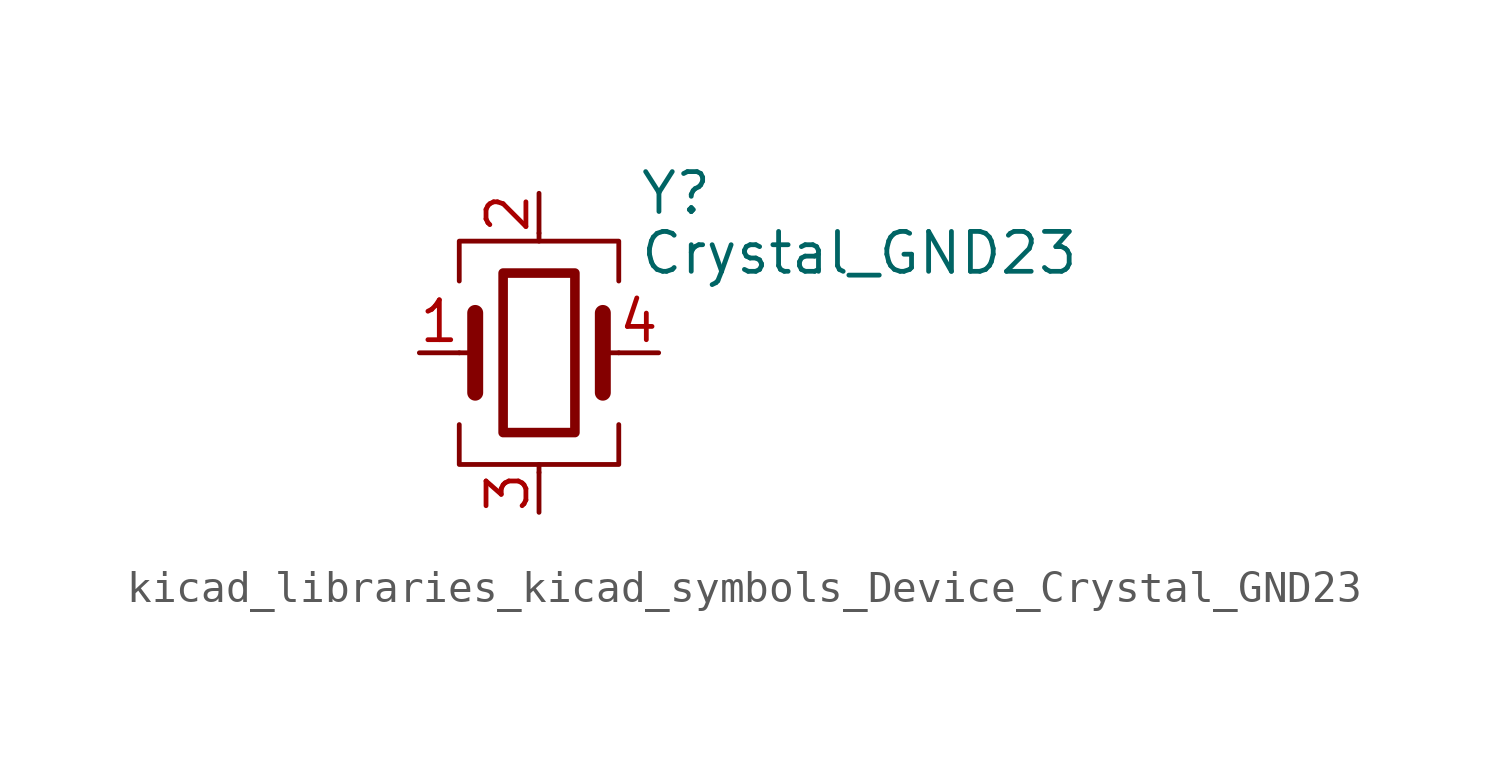
<source format=kicad_sym>
(kicad_symbol_lib
  (version 20220914)
  (generator kicad_symbol_editor)
  (symbol "kicad_libraries_kicad_symbols_Device_Crystal_GND23"
    (pin_names
      (offset 1.016) hide)
    (property "Reference" "Y"
      (at 3.175 5.08 0)
      (effects (font (size 1.27 1.27)) (justify left)))
    (property "Value" "Crystal_GND23"
      (at 3.175 3.175 0)
      (effects (font (size 1.27 1.27)) (justify left)))
    (symbol "kicad_libraries_kicad_symbols_Device_Crystal_GND23_0_1"
      (rectangle (start -1.143 2.54) (end 1.143 -2.54) (stroke (width 0.305) (type default)) (fill (type none)))
      (polyline (pts (xy -2.54 0) (xy -2.032 0)) (stroke (width 0) (type default)) (fill (type none)))
      (polyline (pts (xy -2.032 -1.27) (xy -2.032 1.27)) (stroke (width 0.508) (type default)) (fill (type none)))
      (polyline (pts (xy 0 -3.81) (xy 0 -3.556)) (stroke (width 0) (type default)) (fill (type none)))
      (polyline (pts (xy 0 3.556) (xy 0 3.81)) (stroke (width 0) (type default)) (fill (type none)))
      (polyline (pts (xy 2.032 -1.27) (xy 2.032 1.27)) (stroke (width 0.508) (type default)) (fill (type none)))
      (polyline (pts (xy 2.032 0) (xy 2.54 0)) (stroke (width 0) (type default)) (fill (type none)))
      (polyline (pts (xy -2.54 -2.286) (xy -2.54 -3.556) (xy 2.54 -3.556) (xy 2.54 -2.286)) (stroke (width 0) (type default)) (fill (type none)))
      (polyline (pts (xy -2.54 2.286) (xy -2.54 3.556) (xy 2.54 3.556) (xy 2.54 2.286)) (stroke (width 0) (type default)) (fill (type none))))
    (symbol "kicad_libraries_kicad_symbols_Device_Crystal_GND23_1_1"
      (pin passive line (at -3.81 0 0) (length 1.27) (name "1" (effects (font (size 1.27 1.27)))) (number "1" (effects (font (size 1.27 1.27)))))
      (pin passive line (at 0 5.08 270) (length 1.27) (name "2" (effects (font (size 1.27 1.27)))) (number "2" (effects (font (size 1.27 1.27)))))
      (pin passive line (at 0 -5.08 90) (length 1.27) (name "3" (effects (font (size 1.27 1.27)))) (number "3" (effects (font (size 1.27 1.27)))))
      (pin passive line (at 3.81 0 180) (length 1.27) (name "4" (effects (font (size 1.27 1.27)))) (number "4" (effects (font (size 1.27 1.27))))))))
</source>
